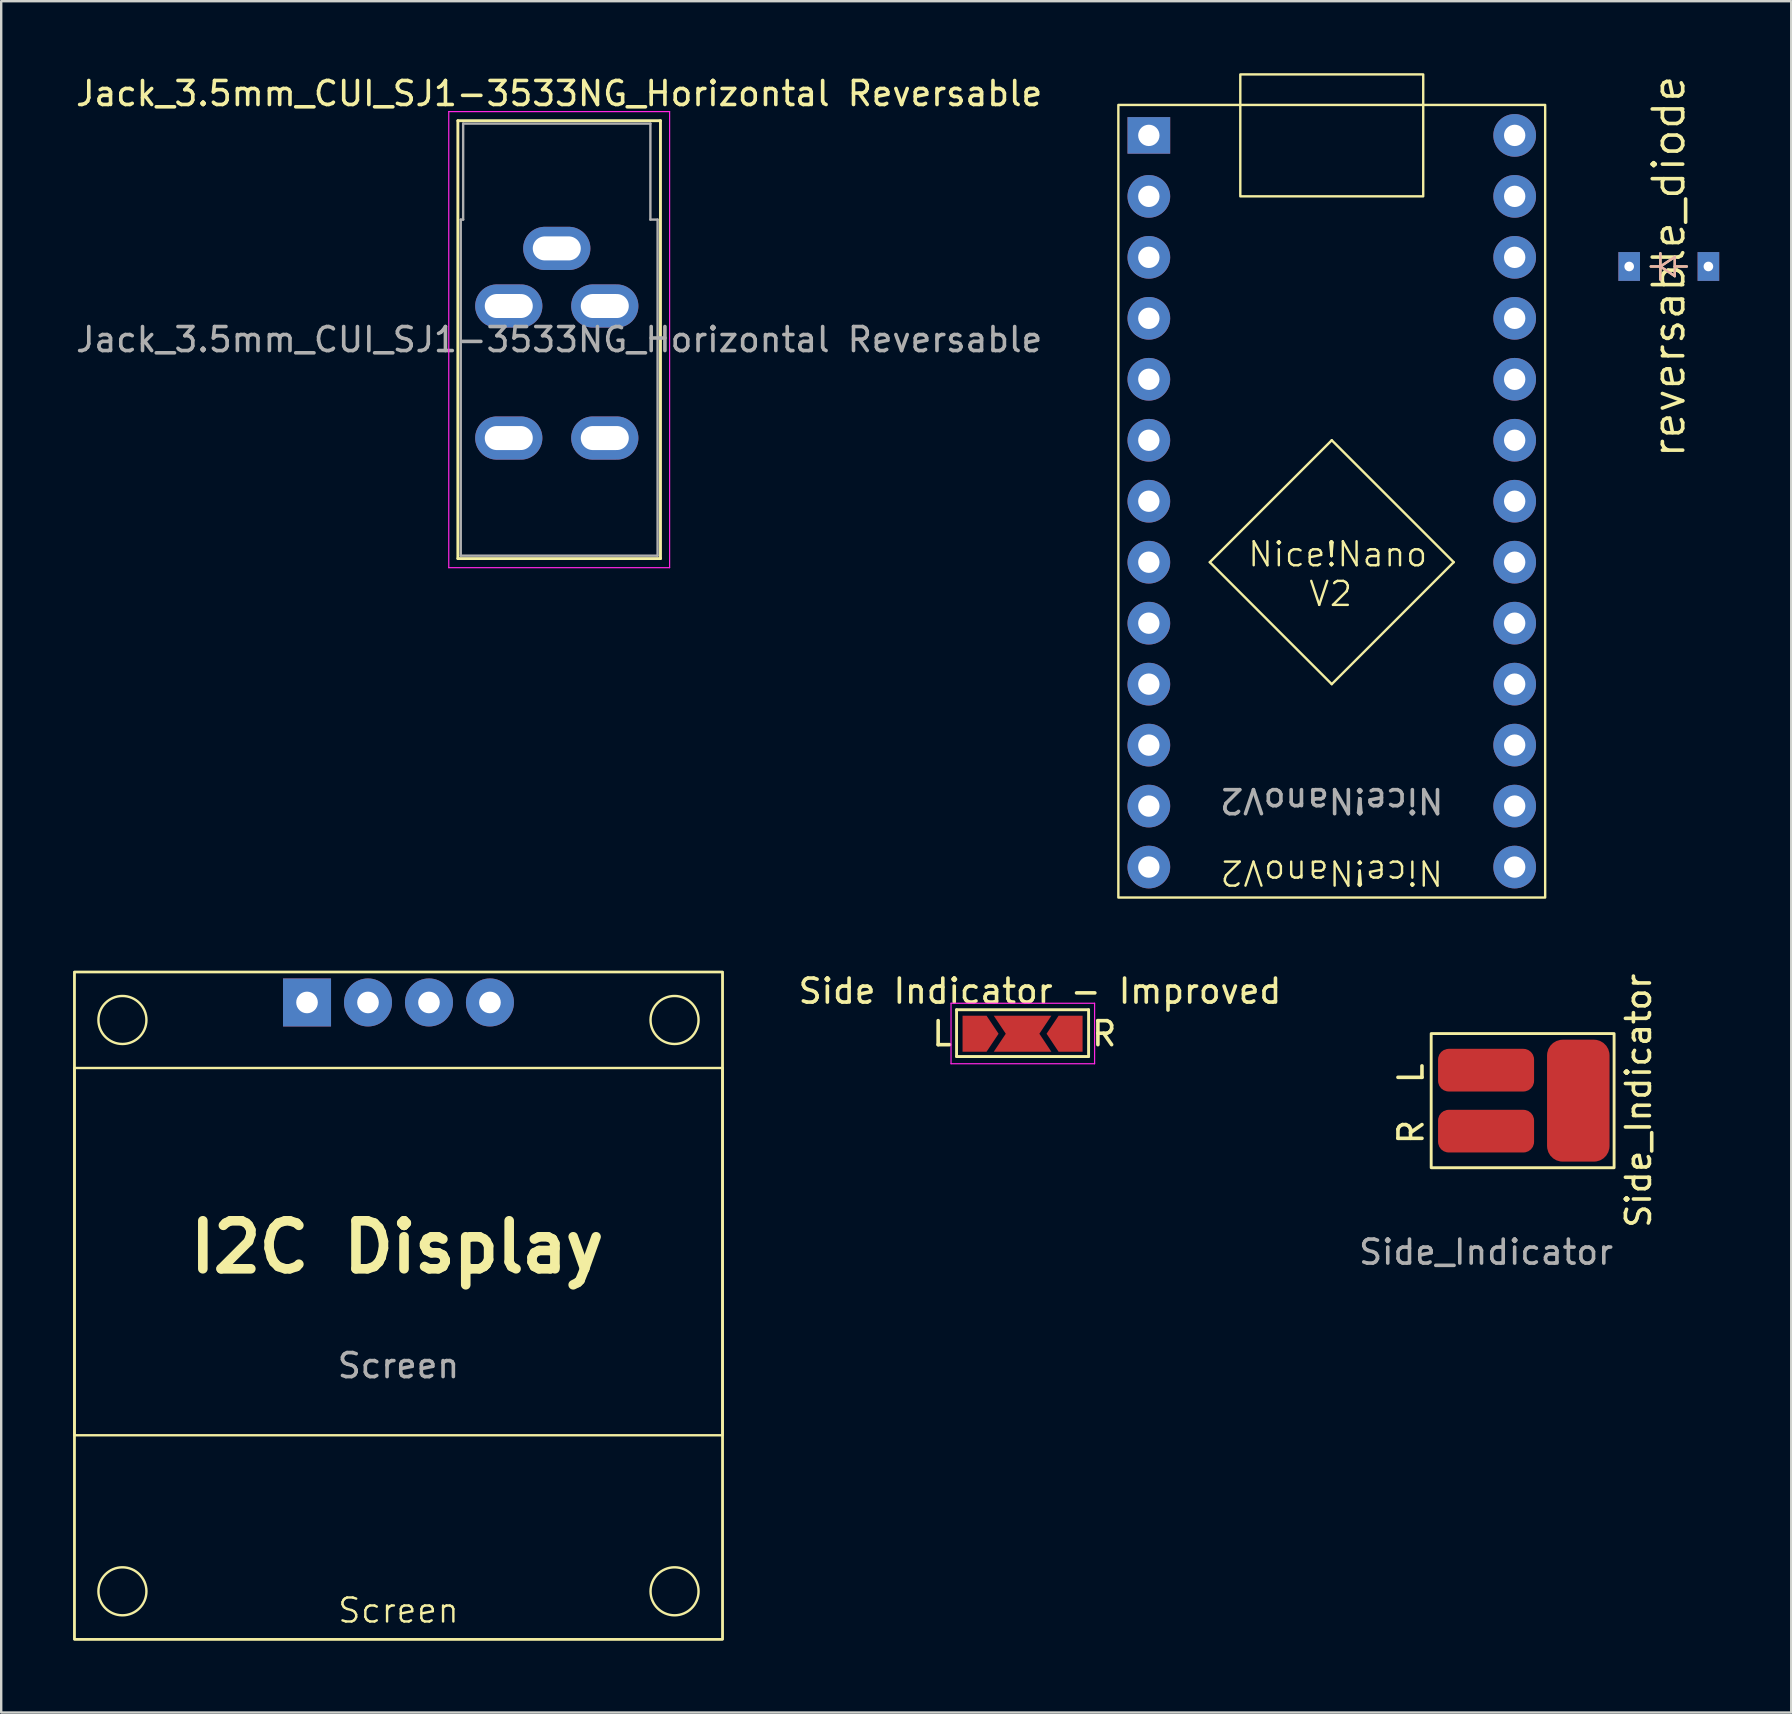
<source format=kicad_pcb>
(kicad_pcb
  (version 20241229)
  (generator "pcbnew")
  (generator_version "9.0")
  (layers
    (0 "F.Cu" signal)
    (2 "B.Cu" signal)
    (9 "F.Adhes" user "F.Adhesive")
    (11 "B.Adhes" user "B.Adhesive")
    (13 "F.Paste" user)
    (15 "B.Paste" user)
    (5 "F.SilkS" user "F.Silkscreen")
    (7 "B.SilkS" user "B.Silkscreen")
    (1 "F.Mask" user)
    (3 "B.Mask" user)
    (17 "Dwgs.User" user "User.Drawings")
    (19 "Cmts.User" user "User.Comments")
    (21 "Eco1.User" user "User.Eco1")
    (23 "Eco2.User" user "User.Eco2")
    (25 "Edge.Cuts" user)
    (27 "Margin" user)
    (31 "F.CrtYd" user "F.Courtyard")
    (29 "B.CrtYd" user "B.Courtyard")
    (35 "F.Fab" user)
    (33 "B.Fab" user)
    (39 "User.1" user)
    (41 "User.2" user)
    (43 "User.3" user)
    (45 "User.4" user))
  (footprint "Side_Indicator"
    (layer "F.Cu")
    (at 58.856 46.611)
    (property "Reference" "Side_Indicator" (at 6.35 -3.81 90) (unlocked yes) (layer "F.SilkS") (effects (font (size 1 1) (thickness 0.15))))
    (attr smd)
    (fp_rect (start -2.286 -6.604) (end 5.334 -1.016) (stroke (width 0.12) (type default)) (fill no) (layer "F.SilkS"))
    (fp_text user "L" (at -2.54 -4.445 90) (unlocked yes) (layer "F.SilkS") (effects (font (size 1 1) (thickness 0.15)) (justify left bottom)))
    (fp_text user "R" (at -2.54 -1.905 90) (unlocked yes) (layer "F.SilkS") (effects (font (size 1 1) (thickness 0.15)) (justify left bottom)))
    (fp_text user "${REFERENCE}" (at 0 2.5 0) (unlocked yes) (layer "F.Fab") (effects (font (size 1 1) (thickness 0.15))))
    (pad "1" smd roundrect (at 3.842 -3.81) (size 2.603 5.08) (layers "F.Cu" "F.Mask" "F.Paste") (roundrect_rratio 0.25))
    (pad "2" smd roundrect (at 0 -5.08) (size 4 1.778) (layers "F.Cu" "F.Mask" "F.Paste") (roundrect_rratio 0.25))
    (pad "3" smd roundrect (at 0 -2.54) (size 4 1.778) (layers "F.Cu" "F.Mask" "F.Paste") (roundrect_rratio 0.25)))
  (footprint "Nice!NanoV2"
    (layer "F.Cu")
    (at 52.428 19.1)
    (property "Reference" "Nice!NanoV2" (at 0 14.2 180) (unlocked yes) (layer "F.SilkS") (effects (font (size 1 1) (thickness 0.1))))
    (attr through_hole)
    (fp_line (start -5.08 1.27) (end 0 6.35) (stroke (width 0.1) (type default)) (layer "F.SilkS"))
    (fp_line (start 0 -3.81) (end -5.08 1.27) (stroke (width 0.1) (type default)) (layer "F.SilkS"))
    (fp_line (start 0 6.35) (end 5.08 1.27) (stroke (width 0.1) (type default)) (layer "F.SilkS"))
    (fp_line (start 5.08 1.27) (end 0 -3.81) (stroke (width 0.1) (type default)) (layer "F.SilkS"))
    (fp_rect (start -8.89 -17.78) (end 8.89 15.24) (stroke (width 0.1) (type default)) (fill no) (layer "F.SilkS"))
    (fp_rect (start -3.81 -19.05) (end 3.81 -13.97) (stroke (width 0.1) (type default)) (fill no) (layer "F.SilkS"))
    (fp_text user "V2" (at -1.016 3.175 0) (unlocked yes) (layer "F.SilkS") (effects (font (size 1 1) (thickness 0.1)) (justify left bottom)))
    (fp_text user "Nice!Nano" (at -3.556 1.524 0) (unlocked yes) (layer "F.SilkS") (effects (font (size 1 1) (thickness 0.1)) (justify left bottom)))
    (fp_text user "${REFERENCE}" (at 0 11.2 180) (unlocked yes) (layer "F.Fab") (effects (font (size 1 1) (thickness 0.15))))
    (pad "0" thru_hole rect (at -7.62 -16.51) (size 1.778 1.524) (drill 0.889) (layers "*.Cu" "*.Mask"))
    (pad "1" thru_hole circle (at -7.62 -13.97) (size 1.778 1.778) (drill 0.889) (layers "*.Cu" "*.Mask"))
    (pad "2" thru_hole circle (at -7.62 -11.43) (size 1.778 1.778) (drill 0.889) (layers "*.Cu" "*.Mask"))
    (pad "3" thru_hole circle (at -7.62 -8.89) (size 1.778 1.778) (drill 0.889) (layers "*.Cu" "*.Mask"))
    (pad "4" thru_hole circle (at -7.62 -6.35) (size 1.778 1.778) (drill 0.889) (layers "*.Cu" "*.Mask"))
    (pad "5" thru_hole circle (at -7.62 -3.81) (size 1.778 1.778) (drill 0.889) (layers "*.Cu" "*.Mask"))
    (pad "6" thru_hole circle (at -7.62 -1.27) (size 1.778 1.778) (drill 0.889) (layers "*.Cu" "*.Mask"))
    (pad "7" thru_hole circle (at -7.62 1.27) (size 1.778 1.778) (drill 0.889) (layers "*.Cu" "*.Mask"))
    (pad "8" thru_hole circle (at -7.62 3.81) (size 1.778 1.778) (drill 0.889) (layers "*.Cu" "*.Mask"))
    (pad "9" thru_hole circle (at -7.62 6.35) (size 1.778 1.778) (drill 0.889) (layers "*.Cu" "*.Mask"))
    (pad "10" thru_hole circle (at -7.62 8.89) (size 1.778 1.778) (drill 0.889) (layers "*.Cu" "*.Mask"))
    (pad "11" thru_hole circle (at -7.62 11.43) (size 1.778 1.778) (drill 0.889) (layers "*.Cu" "*.Mask"))
    (pad "12" thru_hole circle (at -7.62 13.97) (size 1.778 1.778) (drill 0.889) (layers "*.Cu" "*.Mask"))
    (pad "13" thru_hole circle (at 7.62 13.97) (size 1.778 1.778) (drill 0.889) (layers "*.Cu" "*.Mask"))
    (pad "14" thru_hole circle (at 7.62 11.43) (size 1.778 1.778) (drill 0.889) (layers "*.Cu" "*.Mask"))
    (pad "15" thru_hole circle (at 7.62 8.89) (size 1.778 1.778) (drill 0.889) (layers "*.Cu" "*.Mask"))
    (pad "16" thru_hole circle (at 7.62 6.35) (size 1.778 1.778) (drill 0.889) (layers "*.Cu" "*.Mask"))
    (pad "17" thru_hole circle (at 7.62 3.81) (size 1.778 1.778) (drill 0.889) (layers "*.Cu" "*.Mask"))
    (pad "18" thru_hole circle (at 7.62 1.27) (size 1.778 1.778) (drill 0.889) (layers "*.Cu" "*.Mask"))
    (pad "19" thru_hole circle (at 7.62 -1.27) (size 1.778 1.778) (drill 0.889) (layers "*.Cu" "*.Mask"))
    (pad "20" thru_hole circle (at 7.62 -3.81) (size 1.778 1.778) (drill 0.889) (layers "*.Cu" "*.Mask"))
    (pad "21" thru_hole circle (at 7.62 -6.35) (size 1.778 1.778) (drill 0.889) (layers "*.Cu" "*.Mask"))
    (pad "22" thru_hole circle (at 7.62 -8.89) (size 1.778 1.778) (drill 0.889) (layers "*.Cu" "*.Mask"))
    (pad "23" thru_hole circle (at 7.62 -11.43) (size 1.778 1.778) (drill 0.889) (layers "*.Cu" "*.Mask"))
    (pad "24" thru_hole circle (at 7.62 -13.97) (size 1.778 1.778) (drill 0.889) (layers "*.Cu" "*.Mask"))
    (pad "25" thru_hole circle (at 7.62 -16.51) (size 1.778 1.778) (drill 0.889) (layers "*.Cu" "*.Mask")))
  (footprint "Jack_3.5mm_CUI_SJ1-3533NG_Horizontal Reversable"
    (layer "F.Cu")
    (at 20.144 7.298)
    (property "Reference" "Jack_3.5mm_CUI_SJ1-3533NG_Horizontal Reversable" (at 0.1 -6.45 0) (layer "F.SilkS") (effects (font (size 1 1) (thickness 0.15))))
    (attr through_hole)
    (fp_line (start -4.12 -5.32) (end 4.32 -5.32) (stroke (width 0.12) (type solid)) (layer "F.SilkS"))
    (fp_line (start -4.12 12.92) (end -4.12 -5.32) (stroke (width 0.12) (type solid)) (layer "F.SilkS"))
    (fp_line (start 4.32 -5.32) (end 4.32 12.92) (stroke (width 0.12) (type solid)) (layer "F.SilkS"))
    (fp_line (start 4.32 12.92) (end -4.12 12.92) (stroke (width 0.12) (type solid)) (layer "F.SilkS"))
    (fp_line (start -4.5 -5.7) (end -4.5 13.3) (stroke (width 0.05) (type solid)) (layer "F.CrtYd"))
    (fp_line (start -4.5 13.3) (end 4.7 13.3) (stroke (width 0.05) (type solid)) (layer "F.CrtYd"))
    (fp_line (start 4.7 -5.7) (end -4.5 -5.7) (stroke (width 0.05) (type solid)) (layer "F.CrtYd"))
    (fp_line (start 4.7 13.3) (end 4.7 -5.7) (stroke (width 0.05) (type solid)) (layer "F.CrtYd"))
    (fp_line (start -4 -1.2) (end -3.9 -1.2) (stroke (width 0.1) (type solid)) (layer "F.Fab"))
    (fp_line (start -4 12.8) (end -4 -1.2) (stroke (width 0.1) (type solid)) (layer "F.Fab"))
    (fp_line (start -3.9 -5.2) (end 3.9 -5.2) (stroke (width 0.1) (type solid)) (layer "F.Fab"))
    (fp_line (start -3.9 -1.2) (end -3.9 -5.2) (stroke (width 0.1) (type solid)) (layer "F.Fab"))
    (fp_line (start 3.9 -5.2) (end 3.9 -1.2) (stroke (width 0.1) (type solid)) (layer "F.Fab"))
    (fp_line (start 3.9 -1.2) (end 4.2 -1.2) (stroke (width 0.1) (type solid)) (layer "F.Fab"))
    (fp_line (start 4.2 -1.2) (end 4.2 12.8) (stroke (width 0.1) (type solid)) (layer "F.Fab"))
    (fp_line (start 4.2 12.8) (end -4 12.8) (stroke (width 0.1) (type solid)) (layer "F.Fab"))
    (fp_text user "${REFERENCE}" (at 0.1 3.8 0) (layer "F.Fab") (effects (font (size 1 1) (thickness 0.15))))
    (pad "R" thru_hole oval (at -2 7.9) (size 2.8 1.8) (drill oval 2 1) (layers "*.Cu" "*.Mask"))
    (pad "R" thru_hole oval (at 2 7.9) (size 2.8 1.8) (drill oval 2 1) (layers "*.Cu" "*.Mask"))
    (pad "S" thru_hole oval (at 0 0) (size 2.8 1.8) (drill oval 2 1) (layers "*.Cu" "*.Mask"))
    (pad "T" thru_hole oval (at -2 2.4) (size 2.8 1.8) (drill oval 2 1) (layers "*.Cu" "*.Mask"))
    (pad "T" thru_hole oval (at 2 2.4) (size 2.8 1.8) (drill oval 2 1) (layers "*.Cu" "*.Mask")))
  (footprint "Screen"
    (layer "F.Cu")
    (at 13.55 51.34)
    (property "Reference" "Screen" (at 0 12.7 0) (unlocked yes) (layer "F.SilkS") (effects (font (size 1 1) (thickness 0.1))))
    (attr through_hole)
    (fp_rect (start -13.5 -13.9) (end 13.5 13.9) (stroke (width 0.1) (type default)) (fill no) (layer "F.SilkS"))
    (fp_rect (start -13.5 -13.9) (end 13.5 13.9) (stroke (width 0.1) (type default)) (fill no) (layer "F.SilkS"))
    (fp_rect (start -13.5 -9.9) (end 13.5 5.4) (stroke (width 0.1) (type default)) (fill no) (layer "F.SilkS"))
    (fp_circle (center -11.5 -11.9) (end -10.5 -11.9) (stroke (width 0.1) (type default)) (fill no) (layer "F.SilkS"))
    (fp_circle (center -11.5 11.9) (end -10.5 11.9) (stroke (width 0.1) (type default)) (fill no) (layer "F.SilkS"))
    (fp_circle (center 11.5 -11.9) (end 12.5 -11.9) (stroke (width 0.1) (type default)) (fill no) (layer "F.SilkS"))
    (fp_circle (center 11.5 11.9) (end 12.5 11.9) (stroke (width 0.1) (type default)) (fill no) (layer "F.SilkS"))
    (fp_text user "I2C Display" (at -8.89 -1.27 0) (unlocked yes) (layer "F.SilkS") (effects (font (size 2 2) (thickness 0.4) (bold yes)) (justify left bottom)))
    (fp_text user "${REFERENCE}" (at 0 2.5 0) (unlocked yes) (layer "F.Fab") (effects (font (size 1 1) (thickness 0.15))))
    (pad "1" thru_hole rect (at -3.81 -12.63) (size 2 2) (drill 0.9) (layers "*.Cu" "*.Mask"))
    (pad "2" thru_hole circle (at -1.27 -12.63) (size 2 2) (drill 0.9) (layers "*.Cu" "*.Mask"))
    (pad "3" thru_hole circle (at 1.27 -12.63) (size 2 2) (drill 0.9) (layers "*.Cu" "*.Mask"))
    (pad "4" thru_hole circle (at 3.81 -12.63) (size 2 2) (drill 0.9) (layers "*.Cu" "*.Mask")))
  (footprint "reversable_diode"
    (layer "F.Cu")
    (at 66.468 8.051)
    (property "Reference" "reversable_diode" (at 0 0 270) (layer "F.SilkS") (effects (font (size 1.27 1.27) (thickness 0.15))))
    (attr through_hole)
    (fp_line (start -0.75 0) (end -0.35 0) (stroke (width 0.1) (type solid)) (layer "F.SilkS"))
    (fp_line (start -0.35 0) (end -0.35 -0.55) (stroke (width 0.1) (type solid)) (layer "F.SilkS"))
    (fp_line (start -0.35 0) (end -0.35 0.55) (stroke (width 0.1) (type solid)) (layer "F.SilkS"))
    (fp_line (start -0.35 0) (end 0.25 -0.4) (stroke (width 0.1) (type solid)) (layer "F.SilkS"))
    (fp_line (start 0.25 -0.4) (end 0.25 0.4) (stroke (width 0.1) (type solid)) (layer "F.SilkS"))
    (fp_line (start 0.25 0) (end 0.75 0) (stroke (width 0.1) (type solid)) (layer "F.SilkS"))
    (fp_line (start 0.25 0.4) (end -0.35 0) (stroke (width 0.1) (type solid)) (layer "F.SilkS"))
    (fp_line (start -0.75 0) (end -0.35 0) (stroke (width 0.1) (type solid)) (layer "B.SilkS"))
    (fp_line (start -0.35 0) (end -0.35 -0.55) (stroke (width 0.1) (type solid)) (layer "B.SilkS"))
    (fp_line (start -0.35 0) (end -0.35 0.55) (stroke (width 0.1) (type solid)) (layer "B.SilkS"))
    (fp_line (start -0.35 0) (end 0.25 -0.4) (stroke (width 0.1) (type solid)) (layer "B.SilkS"))
    (fp_line (start 0.25 -0.4) (end 0.25 0.4) (stroke (width 0.1) (type solid)) (layer "B.SilkS"))
    (fp_line (start 0.25 0) (end 0.75 0) (stroke (width 0.1) (type solid)) (layer "B.SilkS"))
    (fp_line (start 0.25 0.4) (end -0.35 0) (stroke (width 0.1) (type solid)) (layer "B.SilkS"))
    (pad "1" thru_hole circle (at -1.65 0 270) (size 0.8 0.8) (drill 0.4) (layers "*.Cu" "*.Mask"))
    (pad "1" smd rect (at -1.65 0) (size 0.9 1.2) (layers "F.Cu" "F.Mask" "F.Paste"))
    (pad "1" smd rect (at -1.65 0) (size 0.9 1.2) (layers "B.Cu" "B.Mask" "B.Paste"))
    (pad "2" thru_hole circle (at 1.65 0 270) (size 0.8 0.8) (drill 0.4) (layers "*.Cu" "*.Mask"))
    (pad "2" smd rect (at 1.65 0) (size 0.9 1.2) (layers "F.Cu" "F.Mask" "F.Paste"))
    (pad "2" smd rect (at 1.65 0) (size 0.9 1.2) (layers "B.Cu" "B.Mask" "B.Paste")))
  (footprint "Side Indicator - Improved"
    (layer "F.Cu")
    (at 39.548 40.013)
    (property "Reference" "Side Indicator - Improved" (at 0.725 -1.775 0) (layer "F.SilkS") (effects (font (size 1 1) (thickness 0.15))))
    (attr exclude_from_pos_files exclude_from_bom)
    (fp_line (start -2.75 -1) (end 2.75 -1) (stroke (width 0.12) (type solid)) (layer "F.SilkS"))
    (fp_line (start -2.75 0.95) (end -2.75 -1) (stroke (width 0.12) (type solid)) (layer "F.SilkS"))
    (fp_line (start 2.75 -1) (end 2.75 0.95) (stroke (width 0.12) (type solid)) (layer "F.SilkS"))
    (fp_line (start 2.75 0.95) (end -2.75 0.95) (stroke (width 0.12) (type solid)) (layer "F.SilkS"))
    (fp_line (start -2.98 -1.27) (end -2.98 1.25) (stroke (width 0.05) (type solid)) (layer "F.CrtYd"))
    (fp_line (start -2.98 -1.27) (end 3 -1.27) (stroke (width 0.05) (type solid)) (layer "F.CrtYd"))
    (fp_line (start 3 1.25) (end -2.98 1.25) (stroke (width 0.05) (type solid)) (layer "F.CrtYd"))
    (fp_line (start 3 1.25) (end 3 -1.27) (stroke (width 0.05) (type solid)) (layer "F.CrtYd"))
    (fp_text user "L" (at -3.35 0 0) (layer "F.SilkS") (effects (font (size 1 1) (thickness 0.15))))
    (fp_text user "R" (at 3.4 0 0) (layer "F.SilkS") (effects (font (size 1 1) (thickness 0.15))))
    (pad "" smd rect (at -1.2 0) (size 1.5 1.5) (layers "F.Mask"))
    (pad "" smd rect (at 1.2 0) (size 1.5 1.5) (layers "F.Mask"))
    (pad "1" smd custom (at 0 0) (size 0.3 0.3) (layers "F.Cu") (options (anchor rect)) (primitives (gr_poly (pts (xy 0.7 0) (xy 1.2 0.75) (xy -1.2 0.75) (xy -0.7 0) (xy -1.2 -0.75) (xy 1.2 -0.75)) (width 0) (fill yes))))
    (pad "2" smd custom (at -2 0) (size 0.3 0.3) (layers "F.Cu" "F.Mask") (options (anchor rect)) (primitives (gr_poly (pts (xy 1 0) (xy 0.5 0.75) (xy -0.5 0.75) (xy -0.5 -0.75) (xy 0.5 -0.75)) (width 0) (fill yes))))
    (pad "3" smd custom (at 2 0 180) (size 0.3 0.3) (layers "F.Cu" "F.Mask") (options (anchor rect)) (primitives (gr_poly (pts (xy 1 0) (xy 0.5 0.75) (xy -0.5 0.75) (xy -0.5 -0.75) (xy 0.5 -0.75)) (width 0) (fill yes)))))
  (gr_rect
    (start -3 -3)
    (end 71.568 68.29)
    (stroke (width 0.1) (type default))
    (fill no)
    (layer "Edge.Cuts")))
</source>
